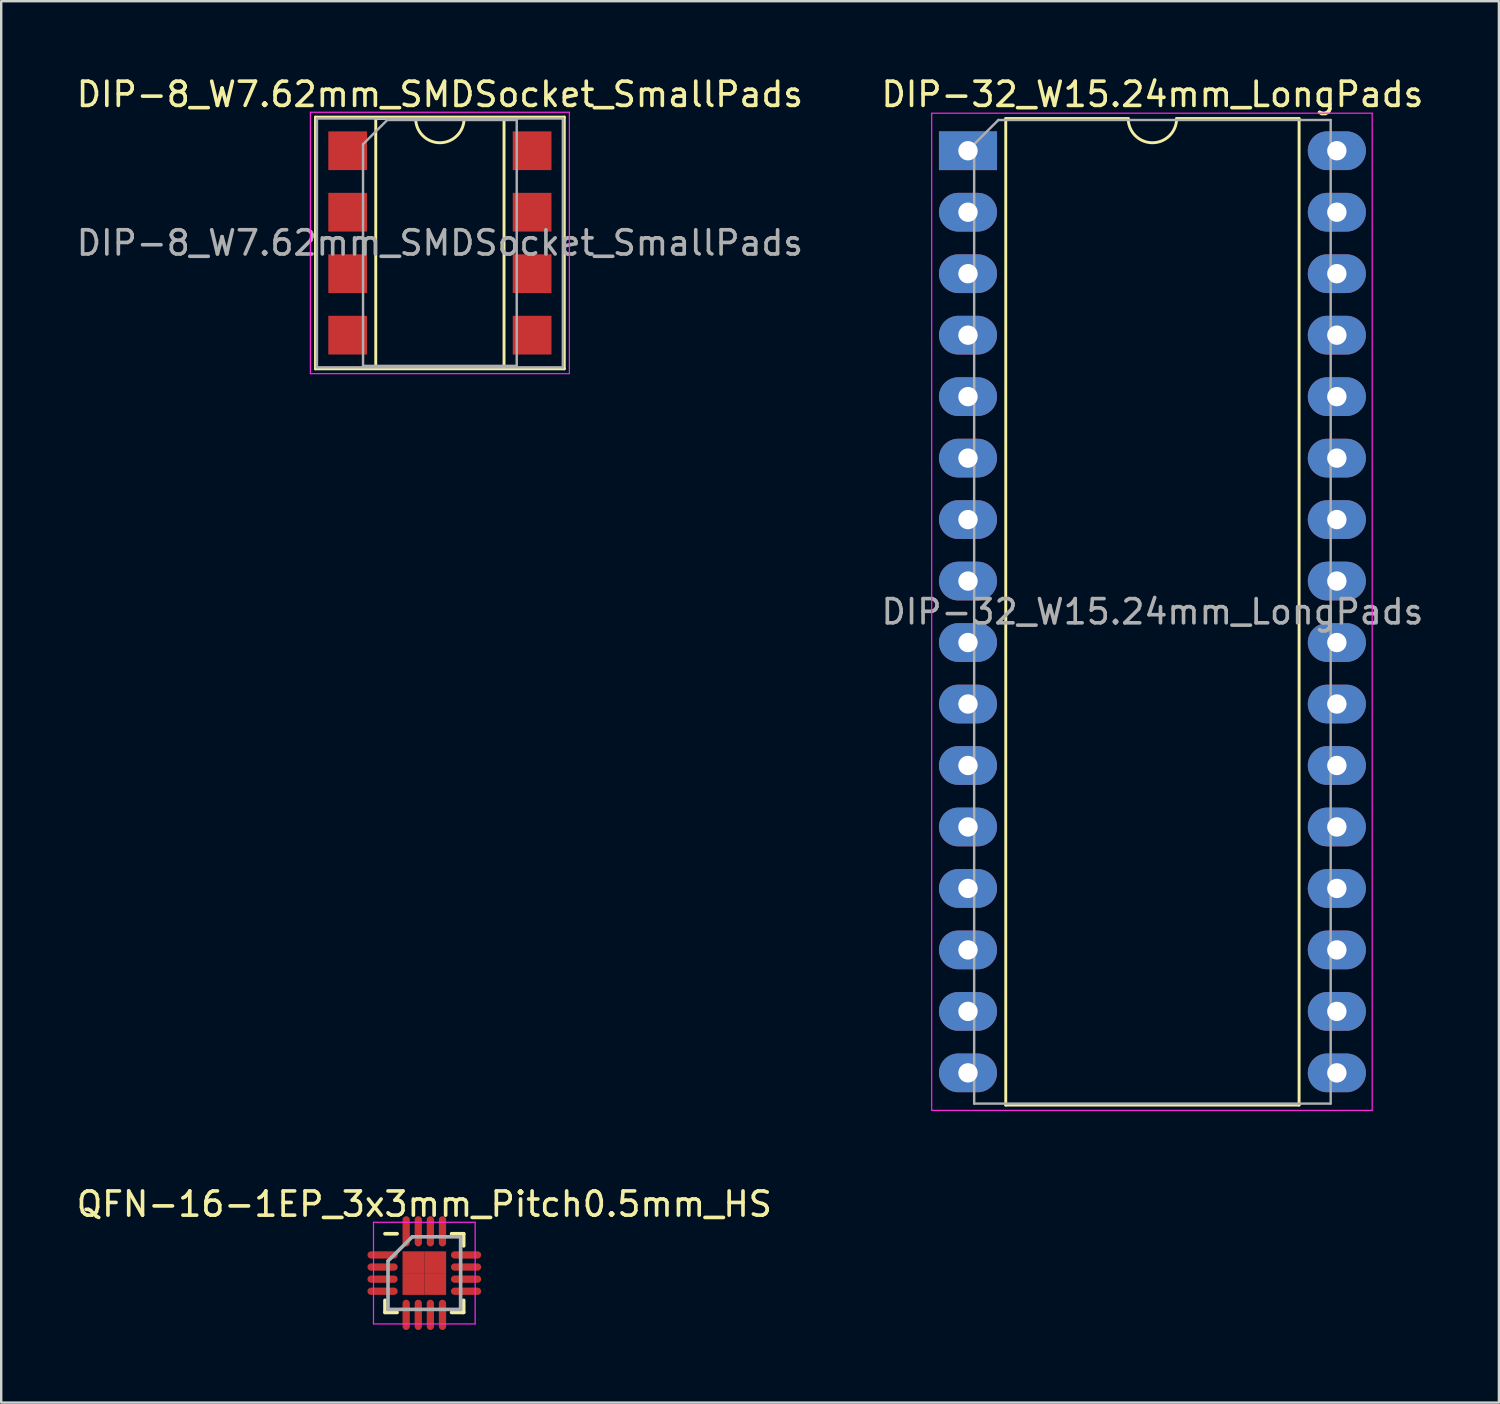
<source format=kicad_pcb>
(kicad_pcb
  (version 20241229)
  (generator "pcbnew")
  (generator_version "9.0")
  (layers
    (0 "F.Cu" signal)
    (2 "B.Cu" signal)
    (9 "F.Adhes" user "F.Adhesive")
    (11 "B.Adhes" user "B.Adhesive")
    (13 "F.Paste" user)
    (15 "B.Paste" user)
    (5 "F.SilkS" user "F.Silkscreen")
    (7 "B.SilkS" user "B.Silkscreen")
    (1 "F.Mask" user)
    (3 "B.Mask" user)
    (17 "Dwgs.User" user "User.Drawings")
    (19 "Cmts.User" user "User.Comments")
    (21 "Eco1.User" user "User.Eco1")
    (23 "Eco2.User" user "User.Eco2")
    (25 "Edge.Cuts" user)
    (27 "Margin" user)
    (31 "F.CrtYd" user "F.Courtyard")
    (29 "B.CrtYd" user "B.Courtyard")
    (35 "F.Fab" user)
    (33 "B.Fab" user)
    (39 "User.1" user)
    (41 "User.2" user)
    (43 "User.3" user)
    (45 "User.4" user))
  (footprint "QFN-16-1EP_3x3mm_Pitch0.5mm_HS"
    (layer "F.Cu")
    (at 14.482 49.551)
    (property "Reference" "QFN-16-1EP_3x3mm_Pitch0.5mm_HS" (at 0 -2.85 0) (layer "F.SilkS") (effects (font (size 1 1) (thickness 0.15))))
    (attr smd)
    (fp_line (start -1.625 -1.625) (end -1.125 -1.625) (stroke (width 0.15) (type solid)) (layer "F.SilkS"))
    (fp_line (start -1.625 1.625) (end -1.625 1.125) (stroke (width 0.15) (type solid)) (layer "F.SilkS"))
    (fp_line (start -1.625 1.625) (end -1.125 1.625) (stroke (width 0.15) (type solid)) (layer "F.SilkS"))
    (fp_line (start 1.625 -1.625) (end 1.125 -1.625) (stroke (width 0.15) (type solid)) (layer "F.SilkS"))
    (fp_line (start 1.625 -1.625) (end 1.625 -1.125) (stroke (width 0.15) (type solid)) (layer "F.SilkS"))
    (fp_line (start 1.625 1.625) (end 1.125 1.625) (stroke (width 0.15) (type solid)) (layer "F.SilkS"))
    (fp_line (start 1.625 1.625) (end 1.625 1.125) (stroke (width 0.15) (type solid)) (layer "F.SilkS"))
    (fp_line (start -2.1 -2.1) (end -2.1 2.1) (stroke (width 0.05) (type solid)) (layer "F.CrtYd"))
    (fp_line (start -2.1 -2.1) (end 2.1 -2.1) (stroke (width 0.05) (type solid)) (layer "F.CrtYd"))
    (fp_line (start -2.1 2.1) (end 2.1 2.1) (stroke (width 0.05) (type solid)) (layer "F.CrtYd"))
    (fp_line (start 2.1 -2.1) (end 2.1 2.1) (stroke (width 0.05) (type solid)) (layer "F.CrtYd"))
    (fp_line (start -1.5 -0.5) (end -0.5 -1.5) (stroke (width 0.15) (type solid)) (layer "F.Fab"))
    (fp_line (start -1.5 1.5) (end -1.5 -0.5) (stroke (width 0.15) (type solid)) (layer "F.Fab"))
    (fp_line (start -0.5 -1.5) (end 1.5 -1.5) (stroke (width 0.15) (type solid)) (layer "F.Fab"))
    (fp_line (start 1.5 -1.5) (end 1.5 1.5) (stroke (width 0.15) (type solid)) (layer "F.Fab"))
    (fp_line (start 1.5 1.5) (end -1.5 1.5) (stroke (width 0.15) (type solid)) (layer "F.Fab"))
    (pad "1" smd oval (at -1.725 -0.75) (size 1.25 0.3) (layers "F.Cu" "F.Mask" "F.Paste"))
    (pad "2" smd oval (at -1.725 -0.25) (size 1.25 0.3) (layers "F.Cu" "F.Mask" "F.Paste"))
    (pad "3" smd oval (at -1.725 0.25) (size 1.25 0.3) (layers "F.Cu" "F.Mask" "F.Paste"))
    (pad "4" smd oval (at -1.725 0.75) (size 1.25 0.3) (layers "F.Cu" "F.Mask" "F.Paste"))
    (pad "5" smd oval (at -0.75 1.725 90) (size 1.25 0.3) (layers "F.Cu" "F.Mask" "F.Paste"))
    (pad "6" smd oval (at -0.25 1.725 90) (size 1.25 0.3) (layers "F.Cu" "F.Mask" "F.Paste"))
    (pad "7" smd oval (at 0.25 1.725 90) (size 1.25 0.3) (layers "F.Cu" "F.Mask" "F.Paste"))
    (pad "8" smd oval (at 0.75 1.725 90) (size 1.25 0.3) (layers "F.Cu" "F.Mask" "F.Paste"))
    (pad "9" smd oval (at 1.725 0.75) (size 1.25 0.3) (layers "F.Cu" "F.Mask" "F.Paste"))
    (pad "10" smd oval (at 1.725 0.25) (size 1.25 0.3) (layers "F.Cu" "F.Mask" "F.Paste"))
    (pad "11" smd oval (at 1.725 -0.25) (size 1.25 0.3) (layers "F.Cu" "F.Mask" "F.Paste"))
    (pad "12" smd oval (at 1.725 -0.75) (size 1.25 0.3) (layers "F.Cu" "F.Mask" "F.Paste"))
    (pad "13" smd oval (at 0.75 -1.725 90) (size 1.25 0.3) (layers "F.Cu" "F.Mask" "F.Paste"))
    (pad "14" smd oval (at 0.25 -1.725 90) (size 1.25 0.3) (layers "F.Cu" "F.Mask" "F.Paste"))
    (pad "15" smd oval (at -0.25 -1.725 90) (size 1.25 0.3) (layers "F.Cu" "F.Mask" "F.Paste"))
    (pad "16" smd oval (at -0.75 -1.725 90) (size 1.25 0.3) (layers "F.Cu" "F.Mask" "F.Paste"))
    (pad "17" smd rect (at -0.45 -0.45) (size 0.9 0.9) (layers "F.Cu" "F.Mask" "F.Paste"))
    (pad "17" smd rect (at -0.45 0.45) (size 0.9 0.9) (layers "F.Cu" "F.Mask" "F.Paste"))
    (pad "17" smd rect (at 0.45 -0.45) (size 0.9 0.9) (layers "F.Cu" "F.Mask" "F.Paste"))
    (pad "17" smd rect (at 0.45 0.45) (size 0.9 0.9) (layers "F.Cu" "F.Mask" "F.Paste")))
  (footprint "DIP-32_W15.24mm_LongPads"
    (layer "F.Cu")
    (at 36.945 3.178)
    (property "Reference" "DIP-32_W15.24mm_LongPads" (at 7.62 -2.33 0) (layer "F.SilkS") (effects (font (size 1 1) (thickness 0.15))))
    (attr through_hole)
    (fp_line (start 1.56 -1.33) (end 1.56 39.43) (stroke (width 0.12) (type solid)) (layer "F.SilkS"))
    (fp_line (start 1.56 39.43) (end 13.68 39.43) (stroke (width 0.12) (type solid)) (layer "F.SilkS"))
    (fp_line (start 6.62 -1.33) (end 1.56 -1.33) (stroke (width 0.12) (type solid)) (layer "F.SilkS"))
    (fp_line (start 13.68 -1.33) (end 8.62 -1.33) (stroke (width 0.12) (type solid)) (layer "F.SilkS"))
    (fp_line (start 13.68 39.43) (end 13.68 -1.33) (stroke (width 0.12) (type solid)) (layer "F.SilkS"))
    (fp_arc (start 8.62 -1.33) (mid 7.62 -0.33) (end 6.62 -1.33) (stroke (width 0.12) (type solid)) (layer "F.SilkS"))
    (fp_line (start -1.5 -1.55) (end -1.5 39.65) (stroke (width 0.05) (type solid)) (layer "F.CrtYd"))
    (fp_line (start -1.5 39.65) (end 16.7 39.65) (stroke (width 0.05) (type solid)) (layer "F.CrtYd"))
    (fp_line (start 16.7 -1.55) (end -1.5 -1.55) (stroke (width 0.05) (type solid)) (layer "F.CrtYd"))
    (fp_line (start 16.7 39.65) (end 16.7 -1.55) (stroke (width 0.05) (type solid)) (layer "F.CrtYd"))
    (fp_line (start 0.255 -0.27) (end 1.255 -1.27) (stroke (width 0.1) (type solid)) (layer "F.Fab"))
    (fp_line (start 0.255 39.37) (end 0.255 -0.27) (stroke (width 0.1) (type solid)) (layer "F.Fab"))
    (fp_line (start 1.255 -1.27) (end 14.985 -1.27) (stroke (width 0.1) (type solid)) (layer "F.Fab"))
    (fp_line (start 14.985 -1.27) (end 14.985 39.37) (stroke (width 0.1) (type solid)) (layer "F.Fab"))
    (fp_line (start 14.985 39.37) (end 0.255 39.37) (stroke (width 0.1) (type solid)) (layer "F.Fab"))
    (fp_text user "${REFERENCE}" (at 7.62 19.05 0) (layer "F.Fab") (effects (font (size 1 1) (thickness 0.15))))
    (pad "1" thru_hole rect (at 0 0) (size 2.4 1.6) (drill 0.8) (layers "*.Cu" "*.Mask"))
    (pad "2" thru_hole oval (at 0 2.54) (size 2.4 1.6) (drill 0.8) (layers "*.Cu" "*.Mask"))
    (pad "3" thru_hole oval (at 0 5.08) (size 2.4 1.6) (drill 0.8) (layers "*.Cu" "*.Mask"))
    (pad "4" thru_hole oval (at 0 7.62) (size 2.4 1.6) (drill 0.8) (layers "*.Cu" "*.Mask"))
    (pad "5" thru_hole oval (at 0 10.16) (size 2.4 1.6) (drill 0.8) (layers "*.Cu" "*.Mask"))
    (pad "6" thru_hole oval (at 0 12.7) (size 2.4 1.6) (drill 0.8) (layers "*.Cu" "*.Mask"))
    (pad "7" thru_hole oval (at 0 15.24) (size 2.4 1.6) (drill 0.8) (layers "*.Cu" "*.Mask"))
    (pad "8" thru_hole oval (at 0 17.78) (size 2.4 1.6) (drill 0.8) (layers "*.Cu" "*.Mask"))
    (pad "9" thru_hole oval (at 0 20.32) (size 2.4 1.6) (drill 0.8) (layers "*.Cu" "*.Mask"))
    (pad "10" thru_hole oval (at 0 22.86) (size 2.4 1.6) (drill 0.8) (layers "*.Cu" "*.Mask"))
    (pad "11" thru_hole oval (at 0 25.4) (size 2.4 1.6) (drill 0.8) (layers "*.Cu" "*.Mask"))
    (pad "12" thru_hole oval (at 0 27.94) (size 2.4 1.6) (drill 0.8) (layers "*.Cu" "*.Mask"))
    (pad "13" thru_hole oval (at 0 30.48) (size 2.4 1.6) (drill 0.8) (layers "*.Cu" "*.Mask"))
    (pad "14" thru_hole oval (at 0 33.02) (size 2.4 1.6) (drill 0.8) (layers "*.Cu" "*.Mask"))
    (pad "15" thru_hole oval (at 0 35.56) (size 2.4 1.6) (drill 0.8) (layers "*.Cu" "*.Mask"))
    (pad "16" thru_hole oval (at 0 38.1) (size 2.4 1.6) (drill 0.8) (layers "*.Cu" "*.Mask"))
    (pad "17" thru_hole oval (at 15.24 38.1) (size 2.4 1.6) (drill 0.8) (layers "*.Cu" "*.Mask"))
    (pad "18" thru_hole oval (at 15.24 35.56) (size 2.4 1.6) (drill 0.8) (layers "*.Cu" "*.Mask"))
    (pad "19" thru_hole oval (at 15.24 33.02) (size 2.4 1.6) (drill 0.8) (layers "*.Cu" "*.Mask"))
    (pad "20" thru_hole oval (at 15.24 30.48) (size 2.4 1.6) (drill 0.8) (layers "*.Cu" "*.Mask"))
    (pad "21" thru_hole oval (at 15.24 27.94) (size 2.4 1.6) (drill 0.8) (layers "*.Cu" "*.Mask"))
    (pad "22" thru_hole oval (at 15.24 25.4) (size 2.4 1.6) (drill 0.8) (layers "*.Cu" "*.Mask"))
    (pad "23" thru_hole oval (at 15.24 22.86) (size 2.4 1.6) (drill 0.8) (layers "*.Cu" "*.Mask"))
    (pad "24" thru_hole oval (at 15.24 20.32) (size 2.4 1.6) (drill 0.8) (layers "*.Cu" "*.Mask"))
    (pad "25" thru_hole oval (at 15.24 17.78) (size 2.4 1.6) (drill 0.8) (layers "*.Cu" "*.Mask"))
    (pad "26" thru_hole oval (at 15.24 15.24) (size 2.4 1.6) (drill 0.8) (layers "*.Cu" "*.Mask"))
    (pad "27" thru_hole oval (at 15.24 12.7) (size 2.4 1.6) (drill 0.8) (layers "*.Cu" "*.Mask"))
    (pad "28" thru_hole oval (at 15.24 10.16) (size 2.4 1.6) (drill 0.8) (layers "*.Cu" "*.Mask"))
    (pad "29" thru_hole oval (at 15.24 7.62) (size 2.4 1.6) (drill 0.8) (layers "*.Cu" "*.Mask"))
    (pad "30" thru_hole oval (at 15.24 5.08) (size 2.4 1.6) (drill 0.8) (layers "*.Cu" "*.Mask"))
    (pad "31" thru_hole oval (at 15.24 2.54) (size 2.4 1.6) (drill 0.8) (layers "*.Cu" "*.Mask"))
    (pad "32" thru_hole oval (at 15.24 0) (size 2.4 1.6) (drill 0.8) (layers "*.Cu" "*.Mask")))
  (footprint "DIP-8_W7.62mm_SMDSocket_SmallPads"
    (layer "F.Cu")
    (at 15.125 6.988)
    (property "Reference" "DIP-8_W7.62mm_SMDSocket_SmallPads" (at 0 -6.14 0) (layer "F.SilkS") (effects (font (size 1 1) (thickness 0.15))))
    (attr smd)
    (fp_line (start -5.14 -5.2) (end -5.14 5.2) (stroke (width 0.12) (type solid)) (layer "F.SilkS"))
    (fp_line (start -5.14 5.2) (end 5.14 5.2) (stroke (width 0.12) (type solid)) (layer "F.SilkS"))
    (fp_line (start -2.65 -5.14) (end -2.65 5.14) (stroke (width 0.12) (type solid)) (layer "F.SilkS"))
    (fp_line (start -2.65 5.14) (end 2.65 5.14) (stroke (width 0.12) (type solid)) (layer "F.SilkS"))
    (fp_line (start -1 -5.14) (end -2.65 -5.14) (stroke (width 0.12) (type solid)) (layer "F.SilkS"))
    (fp_line (start 2.65 -5.14) (end 1 -5.14) (stroke (width 0.12) (type solid)) (layer "F.SilkS"))
    (fp_line (start 2.65 5.14) (end 2.65 -5.14) (stroke (width 0.12) (type solid)) (layer "F.SilkS"))
    (fp_line (start 5.14 -5.2) (end -5.14 -5.2) (stroke (width 0.12) (type solid)) (layer "F.SilkS"))
    (fp_line (start 5.14 5.2) (end 5.14 -5.2) (stroke (width 0.12) (type solid)) (layer "F.SilkS"))
    (fp_arc (start 1 -5.14) (mid 0 -4.14) (end -1 -5.14) (stroke (width 0.12) (type solid)) (layer "F.SilkS"))
    (fp_line (start -5.35 -5.4) (end -5.35 5.4) (stroke (width 0.05) (type solid)) (layer "F.CrtYd"))
    (fp_line (start -5.35 5.4) (end 5.35 5.4) (stroke (width 0.05) (type solid)) (layer "F.CrtYd"))
    (fp_line (start 5.35 -5.4) (end -5.35 -5.4) (stroke (width 0.05) (type solid)) (layer "F.CrtYd"))
    (fp_line (start 5.35 5.4) (end 5.35 -5.4) (stroke (width 0.05) (type solid)) (layer "F.CrtYd"))
    (fp_line (start -5.08 -5.14) (end -5.08 5.14) (stroke (width 0.1) (type solid)) (layer "F.Fab"))
    (fp_line (start -5.08 5.14) (end 5.08 5.14) (stroke (width 0.1) (type solid)) (layer "F.Fab"))
    (fp_line (start -3.175 -4.08) (end -2.175 -5.08) (stroke (width 0.1) (type solid)) (layer "F.Fab"))
    (fp_line (start -3.175 5.08) (end -3.175 -4.08) (stroke (width 0.1) (type solid)) (layer "F.Fab"))
    (fp_line (start -2.175 -5.08) (end 3.175 -5.08) (stroke (width 0.1) (type solid)) (layer "F.Fab"))
    (fp_line (start 3.175 -5.08) (end 3.175 5.08) (stroke (width 0.1) (type solid)) (layer "F.Fab"))
    (fp_line (start 3.175 5.08) (end -3.175 5.08) (stroke (width 0.1) (type solid)) (layer "F.Fab"))
    (fp_line (start 5.08 -5.14) (end -5.08 -5.14) (stroke (width 0.1) (type solid)) (layer "F.Fab"))
    (fp_line (start 5.08 5.14) (end 5.08 -5.14) (stroke (width 0.1) (type solid)) (layer "F.Fab"))
    (fp_text user "${REFERENCE}" (at 0 0 0) (layer "F.Fab") (effects (font (size 1 1) (thickness 0.15))))
    (pad "1" smd rect (at -3.81 -3.81) (size 1.6 1.6) (layers "F.Cu" "F.Mask" "F.Paste"))
    (pad "2" smd rect (at -3.81 -1.27) (size 1.6 1.6) (layers "F.Cu" "F.Mask" "F.Paste"))
    (pad "3" smd rect (at -3.81 1.27) (size 1.6 1.6) (layers "F.Cu" "F.Mask" "F.Paste"))
    (pad "4" smd rect (at -3.81 3.81) (size 1.6 1.6) (layers "F.Cu" "F.Mask" "F.Paste"))
    (pad "5" smd rect (at 3.81 3.81) (size 1.6 1.6) (layers "F.Cu" "F.Mask" "F.Paste"))
    (pad "6" smd rect (at 3.81 1.27) (size 1.6 1.6) (layers "F.Cu" "F.Mask" "F.Paste"))
    (pad "7" smd rect (at 3.81 -1.27) (size 1.6 1.6) (layers "F.Cu" "F.Mask" "F.Paste"))
    (pad "8" smd rect (at 3.81 -3.81) (size 1.6 1.6) (layers "F.Cu" "F.Mask" "F.Paste")))
  (gr_rect
    (start -3 -3)
    (end 58.881 54.901)
    (stroke (width 0.1) (type default))
    (fill no)
    (layer "Edge.Cuts")))
</source>
